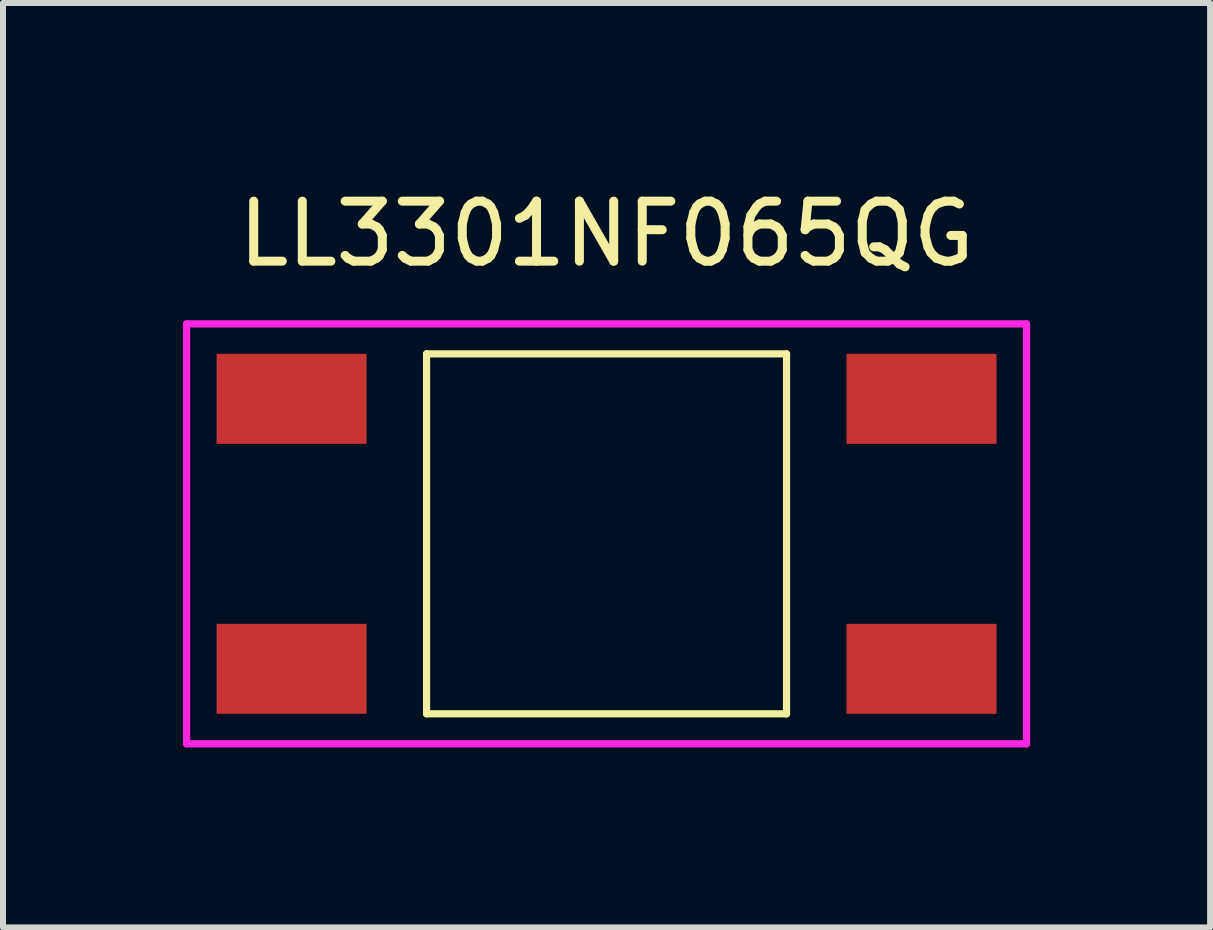
<source format=kicad_pcb>
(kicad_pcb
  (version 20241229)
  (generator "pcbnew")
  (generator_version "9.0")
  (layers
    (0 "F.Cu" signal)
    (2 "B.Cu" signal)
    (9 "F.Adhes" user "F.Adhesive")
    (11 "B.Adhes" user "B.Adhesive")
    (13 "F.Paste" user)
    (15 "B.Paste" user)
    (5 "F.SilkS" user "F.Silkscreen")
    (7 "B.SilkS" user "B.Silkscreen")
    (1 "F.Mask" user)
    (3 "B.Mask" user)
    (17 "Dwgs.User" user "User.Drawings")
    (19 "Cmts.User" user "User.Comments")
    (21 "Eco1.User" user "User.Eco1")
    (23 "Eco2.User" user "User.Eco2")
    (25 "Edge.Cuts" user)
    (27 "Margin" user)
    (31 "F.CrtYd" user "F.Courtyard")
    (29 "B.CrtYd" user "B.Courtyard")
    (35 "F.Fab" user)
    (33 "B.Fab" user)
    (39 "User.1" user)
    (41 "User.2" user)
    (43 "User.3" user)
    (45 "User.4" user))
  (footprint "LL3301NF065QG"
    (layer "F.Cu")
    (at 7.06 5.848)
    (property "Reference" "LL3301NF065QG" (at 0 -5 0) (layer "F.SilkS") (effects (font (size 1 1) (thickness 0.15))))
    (attr through_hole)
    (fp_line (start -3 -3) (end 3 -3) (stroke (width 0.12) (type solid)) (layer "F.SilkS"))
    (fp_line (start -3 3) (end -3 -3) (stroke (width 0.12) (type solid)) (layer "F.SilkS"))
    (fp_line (start 3 -3) (end 3 3) (stroke (width 0.12) (type solid)) (layer "F.SilkS"))
    (fp_line (start 3 3) (end -3 3) (stroke (width 0.12) (type solid)) (layer "F.SilkS"))
    (fp_line (start -7 -3.5) (end 7 -3.5) (stroke (width 0.12) (type solid)) (layer "F.CrtYd"))
    (fp_line (start -7 3.5) (end -7 -3.5) (stroke (width 0.12) (type solid)) (layer "F.CrtYd"))
    (fp_line (start 7 -3.5) (end 7 3.5) (stroke (width 0.12) (type solid)) (layer "F.CrtYd"))
    (fp_line (start 7 3.5) (end -7 3.5) (stroke (width 0.12) (type solid)) (layer "F.CrtYd"))
    (pad "1" smd rect (at -5.25 -2.25) (size 2.5 1.5) (layers "F.Cu" "F.Mask" "F.Paste"))
    (pad "2" smd rect (at 5.25 -2.25) (size 2.5 1.5) (layers "F.Cu" "F.Mask" "F.Paste"))
    (pad "3" smd rect (at -5.25 2.25) (size 2.5 1.5) (layers "F.Cu" "F.Mask" "F.Paste"))
    (pad "4" smd rect (at 5.25 2.25) (size 2.5 1.5) (layers "F.Cu" "F.Mask" "F.Paste")))
  (gr_rect
    (start -3 -3)
    (end 17.12 12.408)
    (stroke (width 0.1) (type default))
    (fill no)
    (layer "Edge.Cuts")))
</source>
